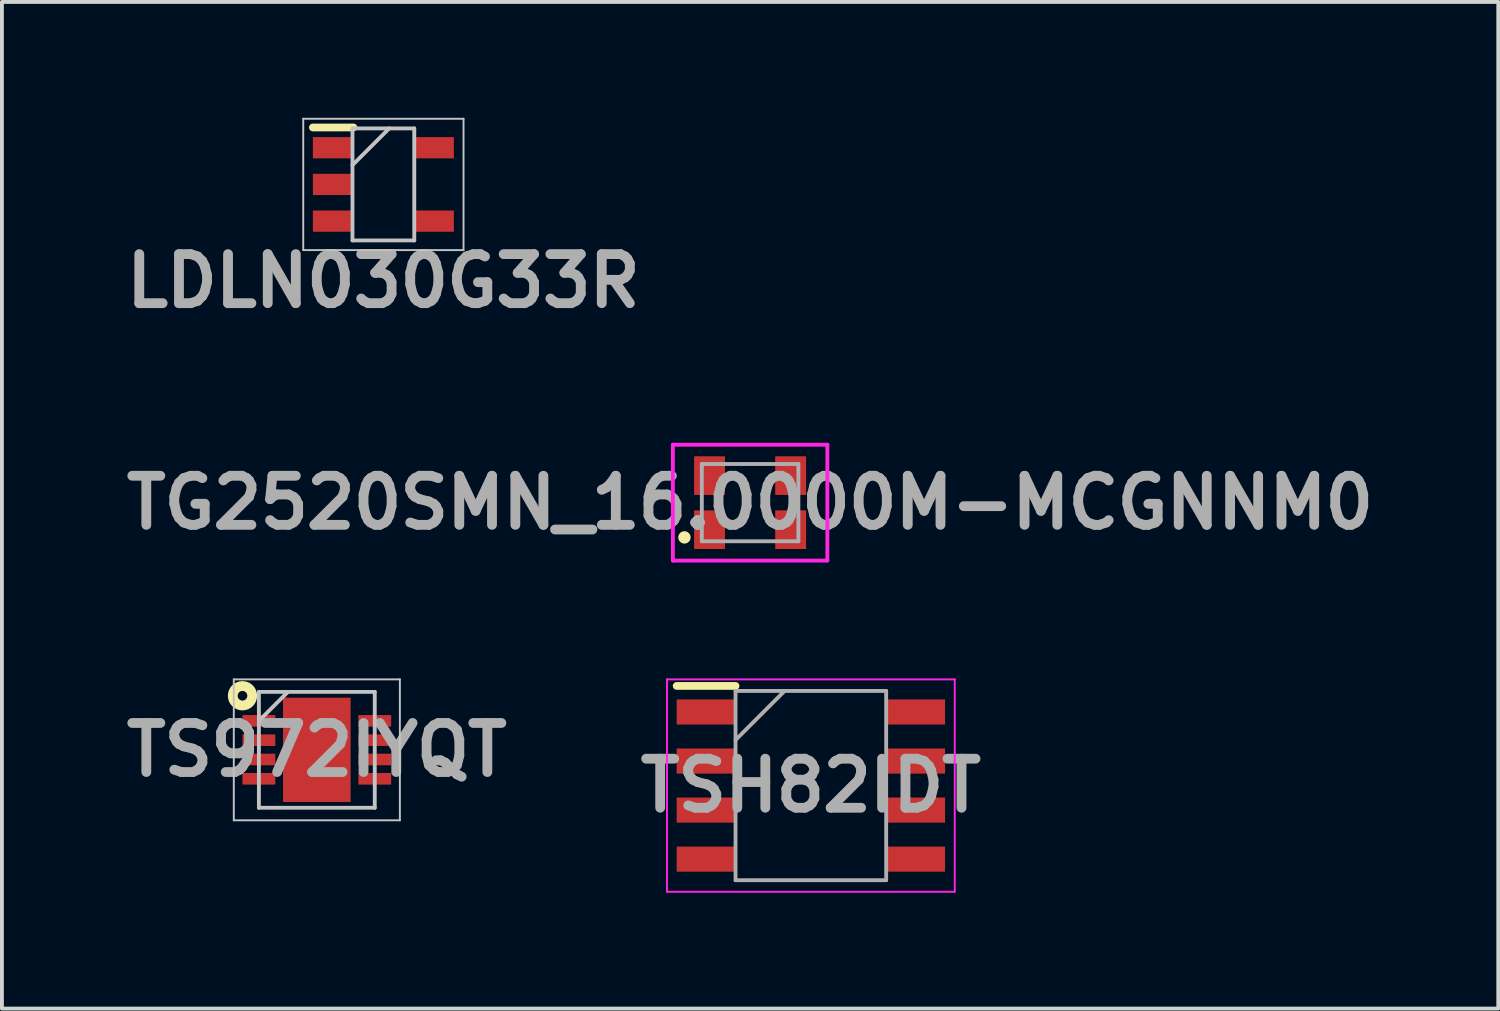
<source format=kicad_pcb>
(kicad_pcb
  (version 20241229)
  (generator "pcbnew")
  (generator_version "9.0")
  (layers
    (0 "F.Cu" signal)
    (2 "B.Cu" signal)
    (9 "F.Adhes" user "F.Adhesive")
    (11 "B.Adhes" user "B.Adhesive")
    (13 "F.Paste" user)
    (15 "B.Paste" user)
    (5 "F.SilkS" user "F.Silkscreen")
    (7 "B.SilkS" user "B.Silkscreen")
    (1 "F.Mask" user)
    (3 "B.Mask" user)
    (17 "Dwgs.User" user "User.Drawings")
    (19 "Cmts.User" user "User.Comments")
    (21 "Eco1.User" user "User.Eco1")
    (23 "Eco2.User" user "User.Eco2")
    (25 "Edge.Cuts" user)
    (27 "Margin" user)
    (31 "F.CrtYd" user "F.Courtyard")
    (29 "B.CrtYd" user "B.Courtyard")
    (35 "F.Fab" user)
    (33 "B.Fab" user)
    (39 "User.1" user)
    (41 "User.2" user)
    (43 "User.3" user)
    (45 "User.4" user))
  (footprint "TS972IYQT"
    (layer "F.Cu")
    (at 5.153 16.364)
    (property "Reference" "TS972IYQT" (at 0 0 0) (layer "F.Fab") (effects (font (size 1.27 1.27) (thickness 0.254))))
    (attr smd)
    (fp_circle (center -1.925 -1.4) (end -1.8 -1.4) (stroke (width 0.254) (type solid)) (fill no) (layer "F.SilkS"))
    (fp_line (start -2.15 -1.825) (end 2.15 -1.825) (stroke (width 0.05) (type solid)) (layer "Dwgs.User"))
    (fp_line (start -2.15 1.825) (end -2.15 -1.825) (stroke (width 0.05) (type solid)) (layer "Dwgs.User"))
    (fp_line (start -1.5 -1.5) (end 1.5 -1.5) (stroke (width 0.1) (type solid)) (layer "Dwgs.User"))
    (fp_line (start -1.5 -0.75) (end -0.75 -1.5) (stroke (width 0.1) (type solid)) (layer "Dwgs.User"))
    (fp_line (start -1.5 1.5) (end -1.5 -1.5) (stroke (width 0.1) (type solid)) (layer "Dwgs.User"))
    (fp_line (start 1.5 -1.5) (end 1.5 1.5) (stroke (width 0.1) (type solid)) (layer "Dwgs.User"))
    (fp_line (start 1.5 1.5) (end -1.5 1.5) (stroke (width 0.1) (type solid)) (layer "Dwgs.User"))
    (fp_line (start 2.15 -1.825) (end 2.15 1.825) (stroke (width 0.05) (type solid)) (layer "Dwgs.User"))
    (fp_line (start 2.15 1.825) (end -2.15 1.825) (stroke (width 0.05) (type solid)) (layer "Dwgs.User"))
    (pad "1" smd rect (at -1.5 -0.75 90) (size 0.3 0.85) (layers "F.Cu" "F.Mask" "F.Paste"))
    (pad "2" smd rect (at -1.5 -0.25 90) (size 0.3 0.85) (layers "F.Cu" "F.Mask" "F.Paste"))
    (pad "3" smd rect (at -1.5 0.25 90) (size 0.3 0.85) (layers "F.Cu" "F.Mask" "F.Paste"))
    (pad "4" smd rect (at -1.5 0.75 90) (size 0.3 0.85) (layers "F.Cu" "F.Mask" "F.Paste"))
    (pad "5" smd rect (at 1.5 0.75 90) (size 0.3 0.85) (layers "F.Cu" "F.Mask" "F.Paste"))
    (pad "6" smd rect (at 1.5 0.25 90) (size 0.3 0.85) (layers "F.Cu" "F.Mask" "F.Paste"))
    (pad "7" smd rect (at 1.5 -0.25 90) (size 0.3 0.85) (layers "F.Cu" "F.Mask" "F.Paste"))
    (pad "8" smd rect (at 1.5 -0.75 90) (size 0.3 0.85) (layers "F.Cu" "F.Mask" "F.Paste"))
    (pad "9" smd rect (at 0 0) (size 1.75 2.7) (layers "F.Cu" "F.Mask" "F.Paste")))
  (footprint "LDLN030G33R"
    (layer "F.Cu")
    (at 6.876 1.725)
    (property "Reference" "LDLN030G33R" (at 0 2.5 0) (layer "F.Fab") (effects (font (size 1.27 1.27) (thickness 0.254))))
    (attr smd)
    (fp_line (start -1.825 -1.475) (end -0.775 -1.475) (stroke (width 0.2) (type solid)) (layer "F.SilkS"))
    (fp_line (start -2.075 -1.7) (end 2.075 -1.7) (stroke (width 0.05) (type solid)) (layer "Dwgs.User"))
    (fp_line (start -2.075 1.7) (end -2.075 -1.7) (stroke (width 0.05) (type solid)) (layer "Dwgs.User"))
    (fp_line (start -0.8 -1.45) (end 0.8 -1.45) (stroke (width 0.1) (type solid)) (layer "Dwgs.User"))
    (fp_line (start -0.8 -0.5) (end 0.15 -1.45) (stroke (width 0.1) (type solid)) (layer "Dwgs.User"))
    (fp_line (start -0.8 1.45) (end -0.8 -1.45) (stroke (width 0.1) (type solid)) (layer "Dwgs.User"))
    (fp_line (start 0.8 -1.45) (end 0.8 1.45) (stroke (width 0.1) (type solid)) (layer "Dwgs.User"))
    (fp_line (start 0.8 1.45) (end -0.8 1.45) (stroke (width 0.1) (type solid)) (layer "Dwgs.User"))
    (fp_line (start 2.075 -1.7) (end 2.075 1.7) (stroke (width 0.05) (type solid)) (layer "Dwgs.User"))
    (fp_line (start 2.075 1.7) (end -2.075 1.7) (stroke (width 0.05) (type solid)) (layer "Dwgs.User"))
    (pad "1" smd rect (at -1.3 -0.95 90) (size 0.55 1.05) (layers "F.Cu" "F.Mask" "F.Paste"))
    (pad "2" smd rect (at -1.3 0 90) (size 0.55 1.05) (layers "F.Cu" "F.Mask" "F.Paste"))
    (pad "3" smd rect (at -1.3 0.95 90) (size 0.55 1.05) (layers "F.Cu" "F.Mask" "F.Paste"))
    (pad "4" smd rect (at 1.3 0.95 90) (size 0.55 1.05) (layers "F.Cu" "F.Mask" "F.Paste"))
    (pad "5" smd rect (at 1.3 -0.95 90) (size 0.55 1.05) (layers "F.Cu" "F.Mask" "F.Paste")))
  (footprint "TSH82IDT"
    (layer "F.Cu")
    (at 17.944 17.289)
    (property "Reference" "TSH82IDT" (at 0 0 0) (layer "F.Fab") (effects (font (size 1.27 1.27) (thickness 0.254))))
    (attr smd)
    (fp_line (start -3.475 -2.58) (end -1.95 -2.58) (stroke (width 0.2) (type solid)) (layer "F.SilkS"))
    (fp_line (start -3.725 -2.75) (end 3.725 -2.75) (stroke (width 0.05) (type solid)) (layer "F.CrtYd"))
    (fp_line (start -3.725 2.75) (end -3.725 -2.75) (stroke (width 0.05) (type solid)) (layer "F.CrtYd"))
    (fp_line (start 3.725 -2.75) (end 3.725 2.75) (stroke (width 0.05) (type solid)) (layer "F.CrtYd"))
    (fp_line (start 3.725 2.75) (end -3.725 2.75) (stroke (width 0.05) (type solid)) (layer "F.CrtYd"))
    (fp_line (start -1.95 -2.45) (end 1.95 -2.45) (stroke (width 0.1) (type solid)) (layer "F.Fab"))
    (fp_line (start -1.95 -1.18) (end -0.68 -2.45) (stroke (width 0.1) (type solid)) (layer "F.Fab"))
    (fp_line (start -1.95 2.45) (end -1.95 -2.45) (stroke (width 0.1) (type solid)) (layer "F.Fab"))
    (fp_line (start 1.95 -2.45) (end 1.95 2.45) (stroke (width 0.1) (type solid)) (layer "F.Fab"))
    (fp_line (start 1.95 2.45) (end -1.95 2.45) (stroke (width 0.1) (type solid)) (layer "F.Fab"))
    (pad "1" smd rect (at -2.712 -1.905 90) (size 0.65 1.525) (layers "F.Cu" "F.Mask" "F.Paste"))
    (pad "2" smd rect (at -2.712 -0.635 90) (size 0.65 1.525) (layers "F.Cu" "F.Mask" "F.Paste"))
    (pad "3" smd rect (at -2.712 0.635 90) (size 0.65 1.525) (layers "F.Cu" "F.Mask" "F.Paste"))
    (pad "4" smd rect (at -2.712 1.905 90) (size 0.65 1.525) (layers "F.Cu" "F.Mask" "F.Paste"))
    (pad "5" smd rect (at 2.712 1.905 90) (size 0.65 1.525) (layers "F.Cu" "F.Mask" "F.Paste"))
    (pad "6" smd rect (at 2.712 0.635 90) (size 0.65 1.525) (layers "F.Cu" "F.Mask" "F.Paste"))
    (pad "7" smd rect (at 2.712 -0.635 90) (size 0.65 1.525) (layers "F.Cu" "F.Mask" "F.Paste"))
    (pad "8" smd rect (at 2.712 -1.905 90) (size 0.65 1.525) (layers "F.Cu" "F.Mask" "F.Paste")))
  (footprint "TG2520SMN_16.0000M-MCGNNM0"
    (layer "F.Cu")
    (at 16.371 9.964)
    (property "Reference" "TG2520SMN_16.0000M-MCGNNM0" (at 0 0 0) (layer "F.Fab") (effects (font (size 1.27 1.27) (thickness 0.254))))
    (attr smd)
    (fp_circle (center -1.7 0.9) (end -1.6 0.9) (stroke (width 0.12) (type solid)) (fill yes) (layer "F.SilkS"))
    (fp_line (start -2 -1.5) (end 2 -1.5) (stroke (width 0.1) (type solid)) (layer "F.CrtYd"))
    (fp_line (start -2 1.5) (end -2 -1.5) (stroke (width 0.1) (type solid)) (layer "F.CrtYd"))
    (fp_line (start 2 -1.5) (end 2 1.5) (stroke (width 0.1) (type solid)) (layer "F.CrtYd"))
    (fp_line (start 2 1.5) (end -2 1.5) (stroke (width 0.1) (type solid)) (layer "F.CrtYd"))
    (fp_line (start -1.25 -1) (end 1.25 -1) (stroke (width 0.1) (type solid)) (layer "F.Fab"))
    (fp_line (start -1.25 1) (end -1.25 -1) (stroke (width 0.1) (type solid)) (layer "F.Fab"))
    (fp_line (start 1.25 -1) (end 1.25 1) (stroke (width 0.1) (type solid)) (layer "F.Fab"))
    (fp_line (start 1.25 1) (end -1.25 1) (stroke (width 0.1) (type solid)) (layer "F.Fab"))
    (pad "1" smd rect (at -1.05 0.7) (size 0.8 1) (layers "F.Cu" "F.Mask" "F.Paste"))
    (pad "2" smd rect (at 1.05 0.7) (size 0.8 1) (layers "F.Cu" "F.Mask" "F.Paste"))
    (pad "3" smd rect (at 1.05 -0.7) (size 0.8 1) (layers "F.Cu" "F.Mask" "F.Paste"))
    (pad "4" smd rect (at -1.05 -0.7) (size 0.8 1) (layers "F.Cu" "F.Mask" "F.Paste")))
  (gr_rect
    (start -3 -3)
    (end 35.742 23.064)
    (stroke (width 0.1) (type default))
    (fill no)
    (layer "Edge.Cuts")))
</source>
